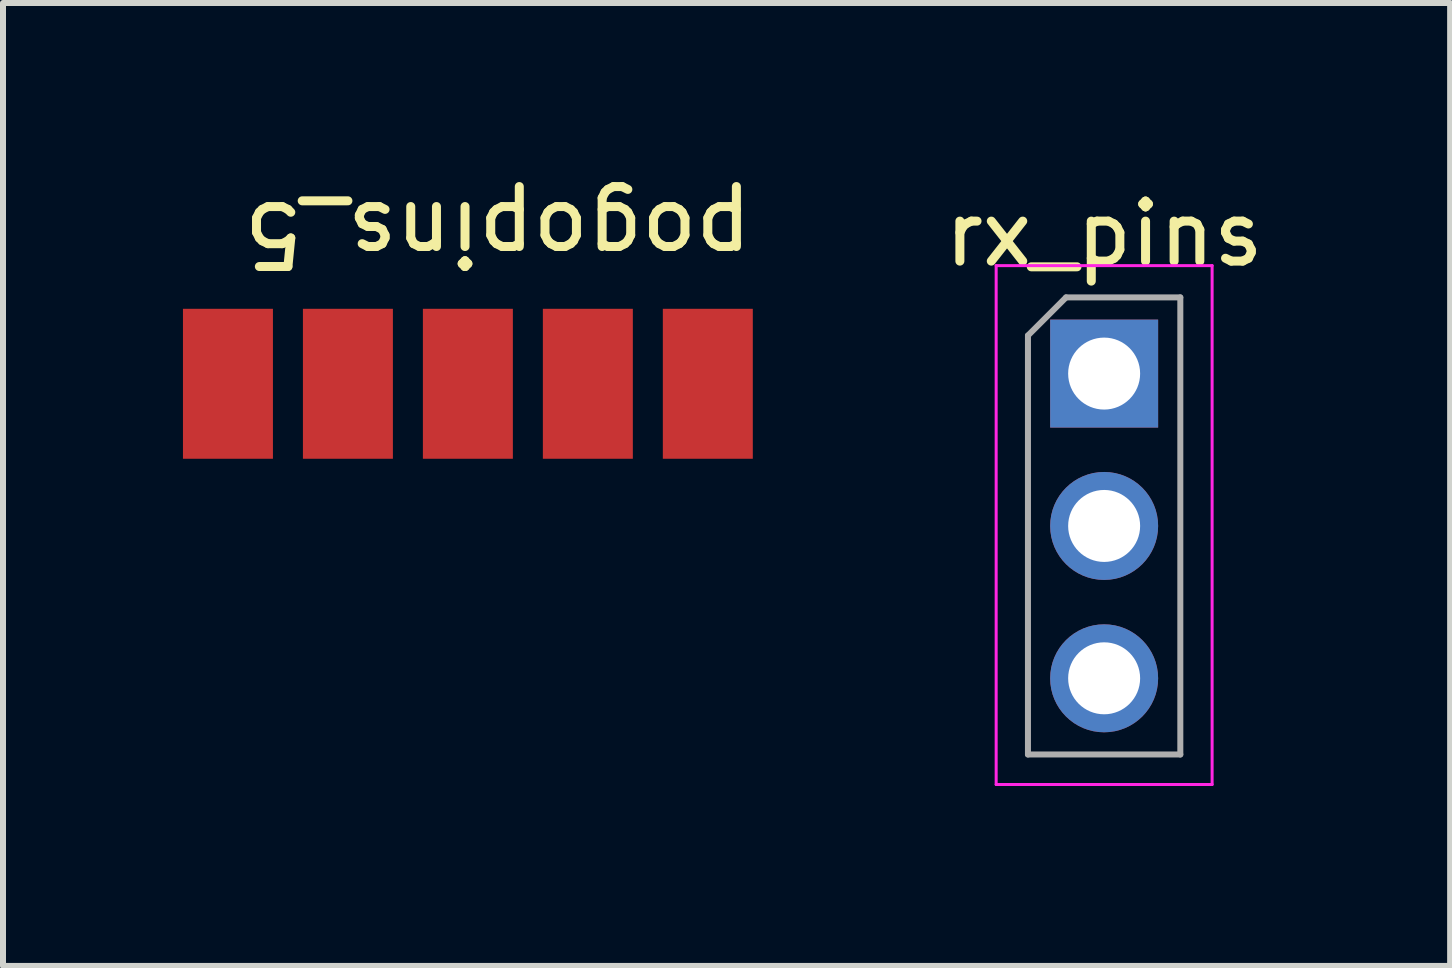
<source format=kicad_pcb>
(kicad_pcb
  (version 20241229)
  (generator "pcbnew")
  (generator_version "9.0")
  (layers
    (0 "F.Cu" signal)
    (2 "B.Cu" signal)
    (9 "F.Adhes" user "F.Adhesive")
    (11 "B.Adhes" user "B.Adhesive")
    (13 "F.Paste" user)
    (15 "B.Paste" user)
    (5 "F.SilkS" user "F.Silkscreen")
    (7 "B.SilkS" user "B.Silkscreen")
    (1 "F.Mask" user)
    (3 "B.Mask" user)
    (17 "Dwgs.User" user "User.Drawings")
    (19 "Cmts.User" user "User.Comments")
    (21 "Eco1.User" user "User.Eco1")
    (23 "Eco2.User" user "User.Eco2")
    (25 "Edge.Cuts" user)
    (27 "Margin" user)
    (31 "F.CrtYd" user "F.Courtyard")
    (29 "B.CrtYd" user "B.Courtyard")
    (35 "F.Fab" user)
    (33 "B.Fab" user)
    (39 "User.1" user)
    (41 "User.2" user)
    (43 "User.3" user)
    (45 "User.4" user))
  (footprint "pogopins_5"
    (layer "F.Cu")
    (at 4.75 3.348)
    (property "Reference" "pogopins_5" (at 0.5 -2.5 180) (unlocked yes) (layer "F.SilkS") (effects (font (size 1 1) (thickness 0.15))))
    (pad "1" smd rect (at -4 0) (size 1.5 2.5) (layers "F.Cu" "F.Mask" "F.Paste"))
    (pad "2" smd rect (at -2 0) (size 1.5 2.5) (layers "F.Cu" "F.Mask" "F.Paste"))
    (pad "3" smd rect (at 0 0) (size 1.5 2.5) (layers "F.Cu" "F.Mask" "F.Paste"))
    (pad "4" smd rect (at 2 0) (size 1.5 2.5) (layers "F.Cu" "F.Mask" "F.Paste"))
    (pad "5" smd rect (at 4 0) (size 1.5 2.5) (layers "F.Cu" "F.Mask" "F.Paste")))
  (footprint "rx_pins"
    (layer "F.Cu")
    (at 15.357 3.178)
    (property "Reference" "rx_pins" (at 0 -2.33 180) (layer "F.SilkS") (effects (font (size 1 1) (thickness 0.15))))
    (attr through_hole)
    (fp_line (start -1.8 -1.8) (end -1.8 6.85) (stroke (width 0.05) (type solid)) (layer "F.CrtYd"))
    (fp_line (start -1.8 6.85) (end 1.8 6.85) (stroke (width 0.05) (type solid)) (layer "F.CrtYd"))
    (fp_line (start 1.8 -1.8) (end -1.8 -1.8) (stroke (width 0.05) (type solid)) (layer "F.CrtYd"))
    (fp_line (start 1.8 6.85) (end 1.8 -1.8) (stroke (width 0.05) (type solid)) (layer "F.CrtYd"))
    (fp_line (start -1.27 -0.635) (end -0.635 -1.27) (stroke (width 0.1) (type solid)) (layer "F.Fab"))
    (fp_line (start -1.27 6.35) (end -1.27 -0.635) (stroke (width 0.1) (type solid)) (layer "F.Fab"))
    (fp_line (start -0.635 -1.27) (end 1.27 -1.27) (stroke (width 0.1) (type solid)) (layer "F.Fab"))
    (fp_line (start 1.27 -1.27) (end 1.27 6.35) (stroke (width 0.1) (type solid)) (layer "F.Fab"))
    (fp_line (start 1.27 6.35) (end -1.27 6.35) (stroke (width 0.1) (type solid)) (layer "F.Fab"))
    (pad "1" thru_hole rect (at 0 0) (size 1.8 1.8) (drill 1.2) (layers "*.Cu" "*.Mask"))
    (pad "2" thru_hole oval (at 0 2.54) (size 1.8 1.8) (drill 1.2) (layers "*.Cu" "*.Mask"))
    (pad "3" thru_hole oval (at 0 5.08) (size 1.8 1.8) (drill 1.2) (layers "*.Cu" "*.Mask")))
  (gr_rect
    (start -3 -3)
    (end 21.125 13.053)
    (stroke (width 0.1) (type default))
    (fill no)
    (layer "Edge.Cuts")))
</source>
